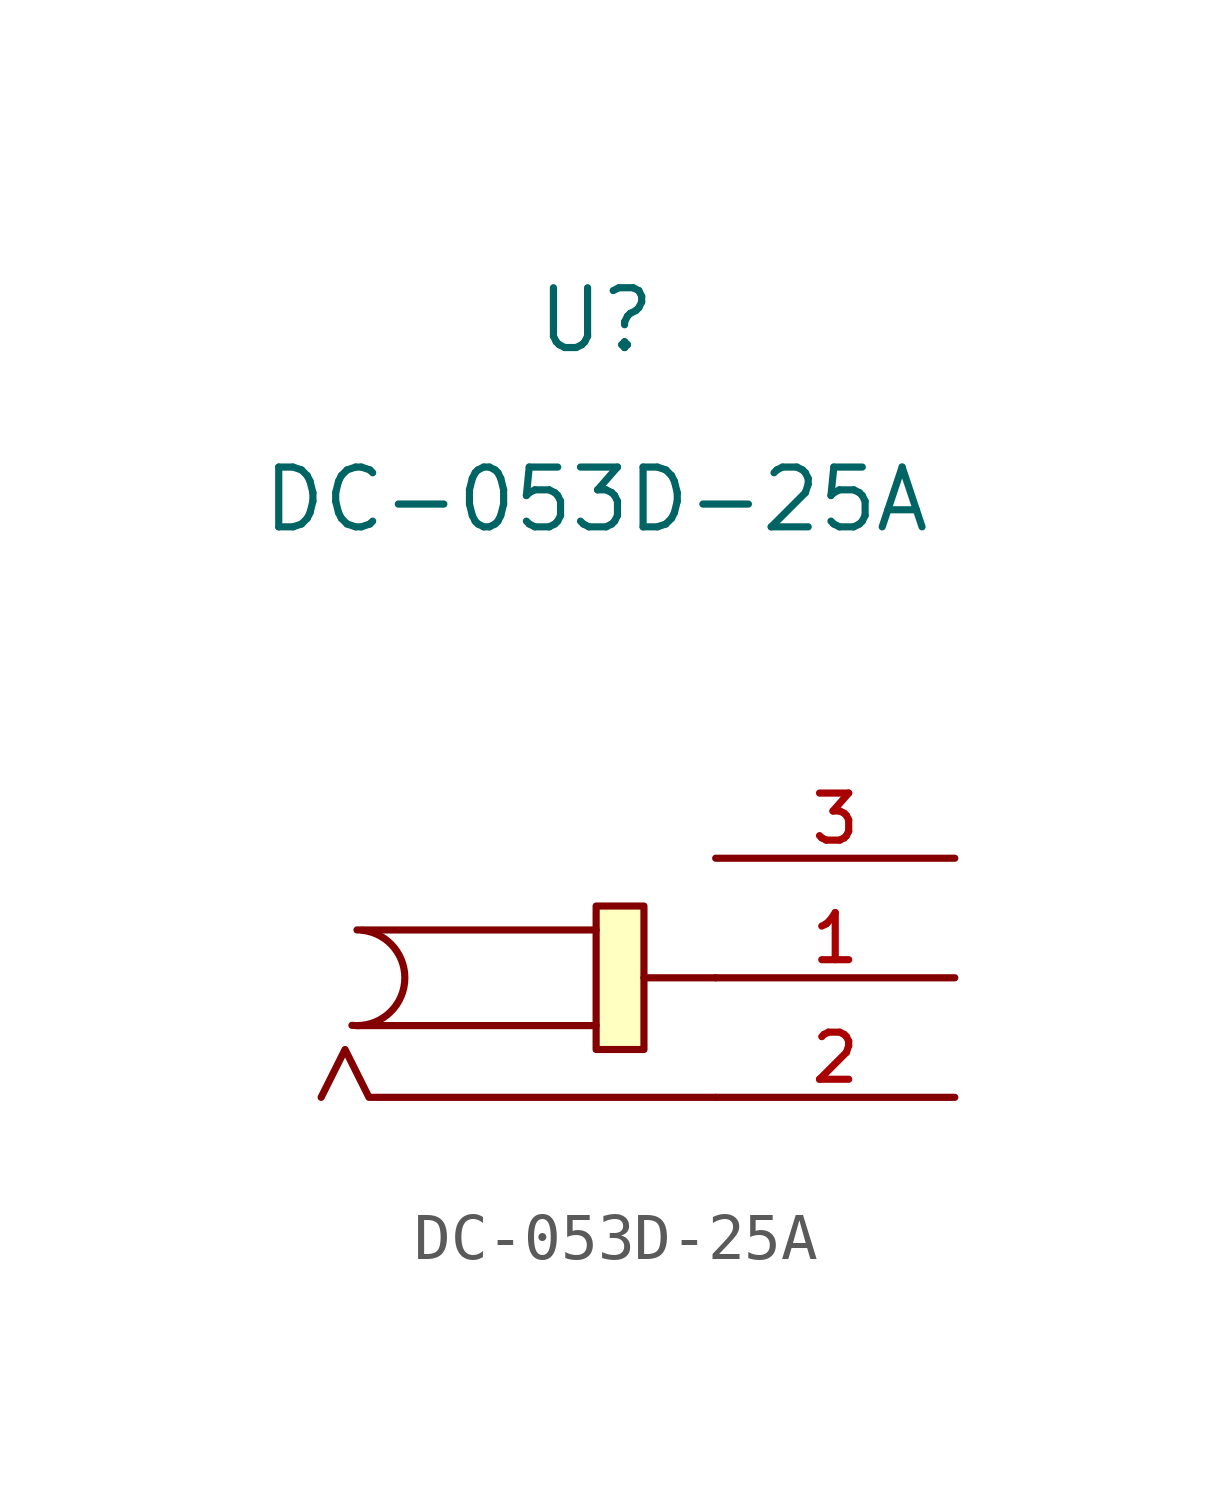
<source format=kicad_sym>
(kicad_symbol_lib
  (version 20211014)
  (generator kicad_symbol_editor)
  (symbol "DC-053D-25A"
    (pin_names hide)
    (property "Reference" "U"
      (at 0 1.27 0)
      (effects (font (size 1.27 1.27))))
    (property "Value" "DC-053D-25A"
      (at 0 -2.54 0)
      (effects (font (size 1.27 1.27))))
    (symbol "DC-053D-25A_0_0"
      (arc (start -5.1878 -13.7103) (mid -4.0697 -12.8078) (end -4.9722 -11.6897) (stroke (width 0) (type default) (color 0 0 0 0)) (fill (type none)))
      (rectangle (start 0 -11.176) (end 1.016 -14.224) (stroke (width 0) (type default) (color 0 0 0 0)) (fill (type background)))
      (polyline (pts (xy 0 -13.716) (xy -5.08 -13.716)) (stroke (width 0) (type default) (color 0 0 0 0)) (fill (type none)))
      (polyline (pts (xy 0 -11.684) (xy -5.08 -11.684)) (stroke (width 0) (type default) (color 0 0 0 0)) (fill (type none)))
      (polyline (pts (xy 2.54 -12.7) (xy 1.016 -12.7)) (stroke (width 0) (type default) (color 0 0 0 0)) (fill (type none)))
      (polyline (pts (xy 2.54 -15.24) (xy -4.826 -15.24) (xy -5.334 -14.224) (xy -5.842 -15.24)) (stroke (width 0) (type default) (color 0 0 0 0)) (fill (type none)))
      (pin unspecified line (at 7.62 -12.7 180) (length 5.08) (name "1" (effects (font (size 1 1)))) (number "1" (effects (font (size 1 1)))))
      (pin unspecified line (at 7.62 -15.24 180) (length 5.08) (name "2" (effects (font (size 1 1)))) (number "2" (effects (font (size 1 1)))))
      (pin unspecified line (at 7.62 -10.16 180) (length 5.08) (name "3" (effects (font (size 1 1)))) (number "3" (effects (font (size 1 1))))))))
</source>
